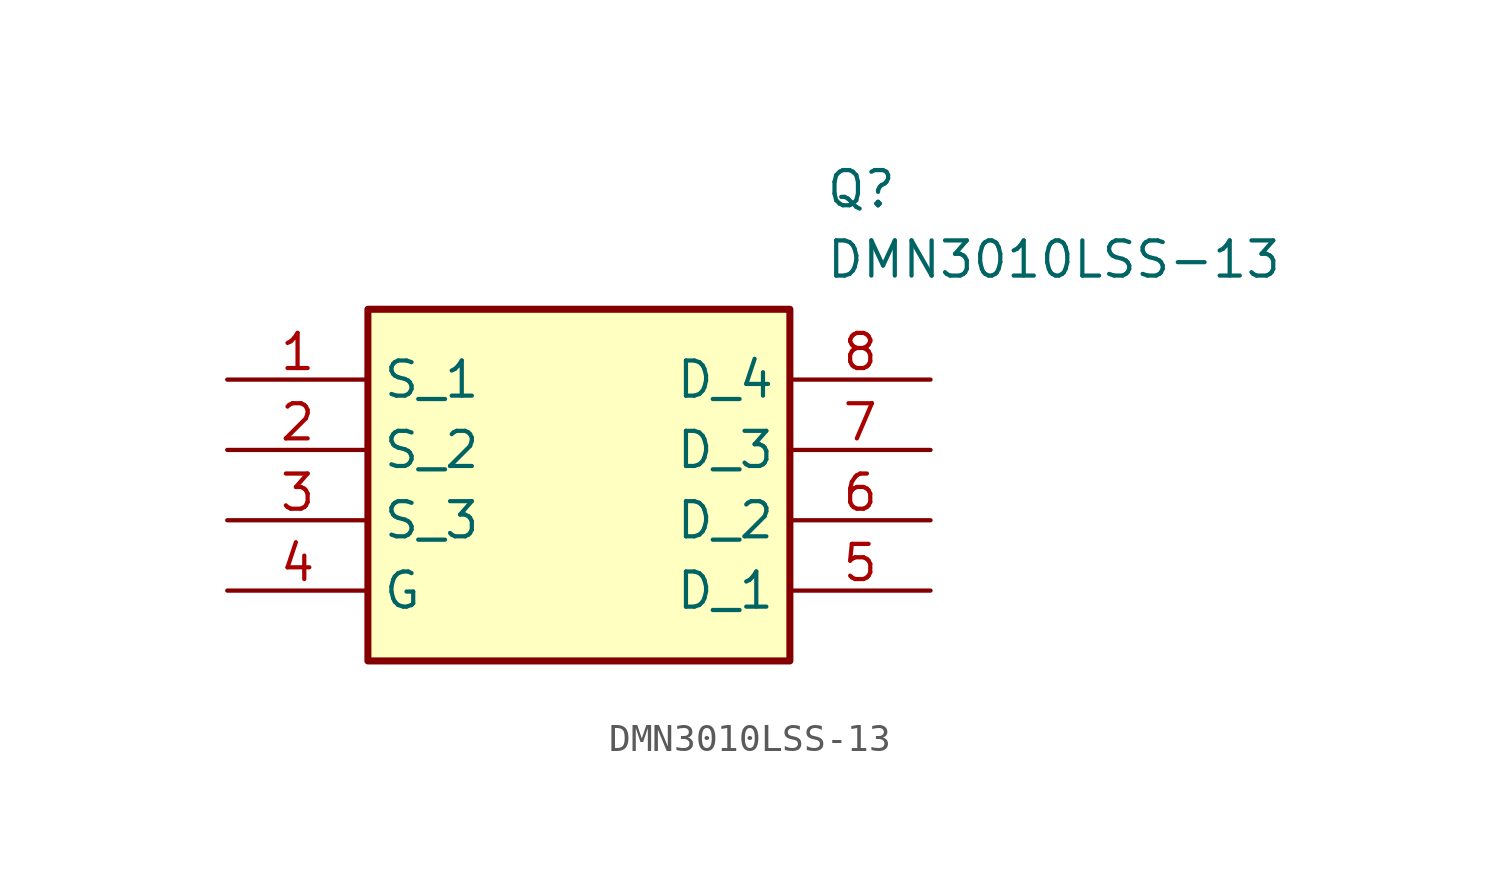
<source format=kicad_sym>
(kicad_symbol_lib
  (version 20211014)
  (generator SamacSys_ECAD_Model)
  (symbol "DMN3010LSS-13"
    (property "Reference" "Q"
      (at 21.59 7.62 0)
      (effects (font (size 1.27 1.27)) (justify left top)))
    (property "Value" "DMN3010LSS-13"
      (at 21.59 5.08 0)
      (effects (font (size 1.27 1.27)) (justify left top)))
    (rectangle
      (start 5.08 2.54)
      (end 20.32 -10.16)
      (stroke (width 0.254) (type default))
      (fill (type background)))
    (pin passive line
      (at 0 0 0)
      (length 5.08)
      (name "S_1" (effects (font (size 1.27 1.27))))
      (number "1" (effects (font (size 1.27 1.27)))))
    (pin passive line
      (at 0 -2.54 0)
      (length 5.08)
      (name "S_2" (effects (font (size 1.27 1.27))))
      (number "2" (effects (font (size 1.27 1.27)))))
    (pin passive line
      (at 0 -5.08 0)
      (length 5.08)
      (name "S_3" (effects (font (size 1.27 1.27))))
      (number "3" (effects (font (size 1.27 1.27)))))
    (pin passive line
      (at 0 -7.62 0)
      (length 5.08)
      (name "G" (effects (font (size 1.27 1.27))))
      (number "4" (effects (font (size 1.27 1.27)))))
    (pin passive line
      (at 25.4 0 180)
      (length 5.08)
      (name "D_4" (effects (font (size 1.27 1.27))))
      (number "8" (effects (font (size 1.27 1.27)))))
    (pin passive line
      (at 25.4 -2.54 180)
      (length 5.08)
      (name "D_3" (effects (font (size 1.27 1.27))))
      (number "7" (effects (font (size 1.27 1.27)))))
    (pin passive line
      (at 25.4 -5.08 180)
      (length 5.08)
      (name "D_2" (effects (font (size 1.27 1.27))))
      (number "6" (effects (font (size 1.27 1.27)))))
    (pin passive line
      (at 25.4 -7.62 180)
      (length 5.08)
      (name "D_1" (effects (font (size 1.27 1.27))))
      (number "5" (effects (font (size 1.27 1.27)))))))
</source>
